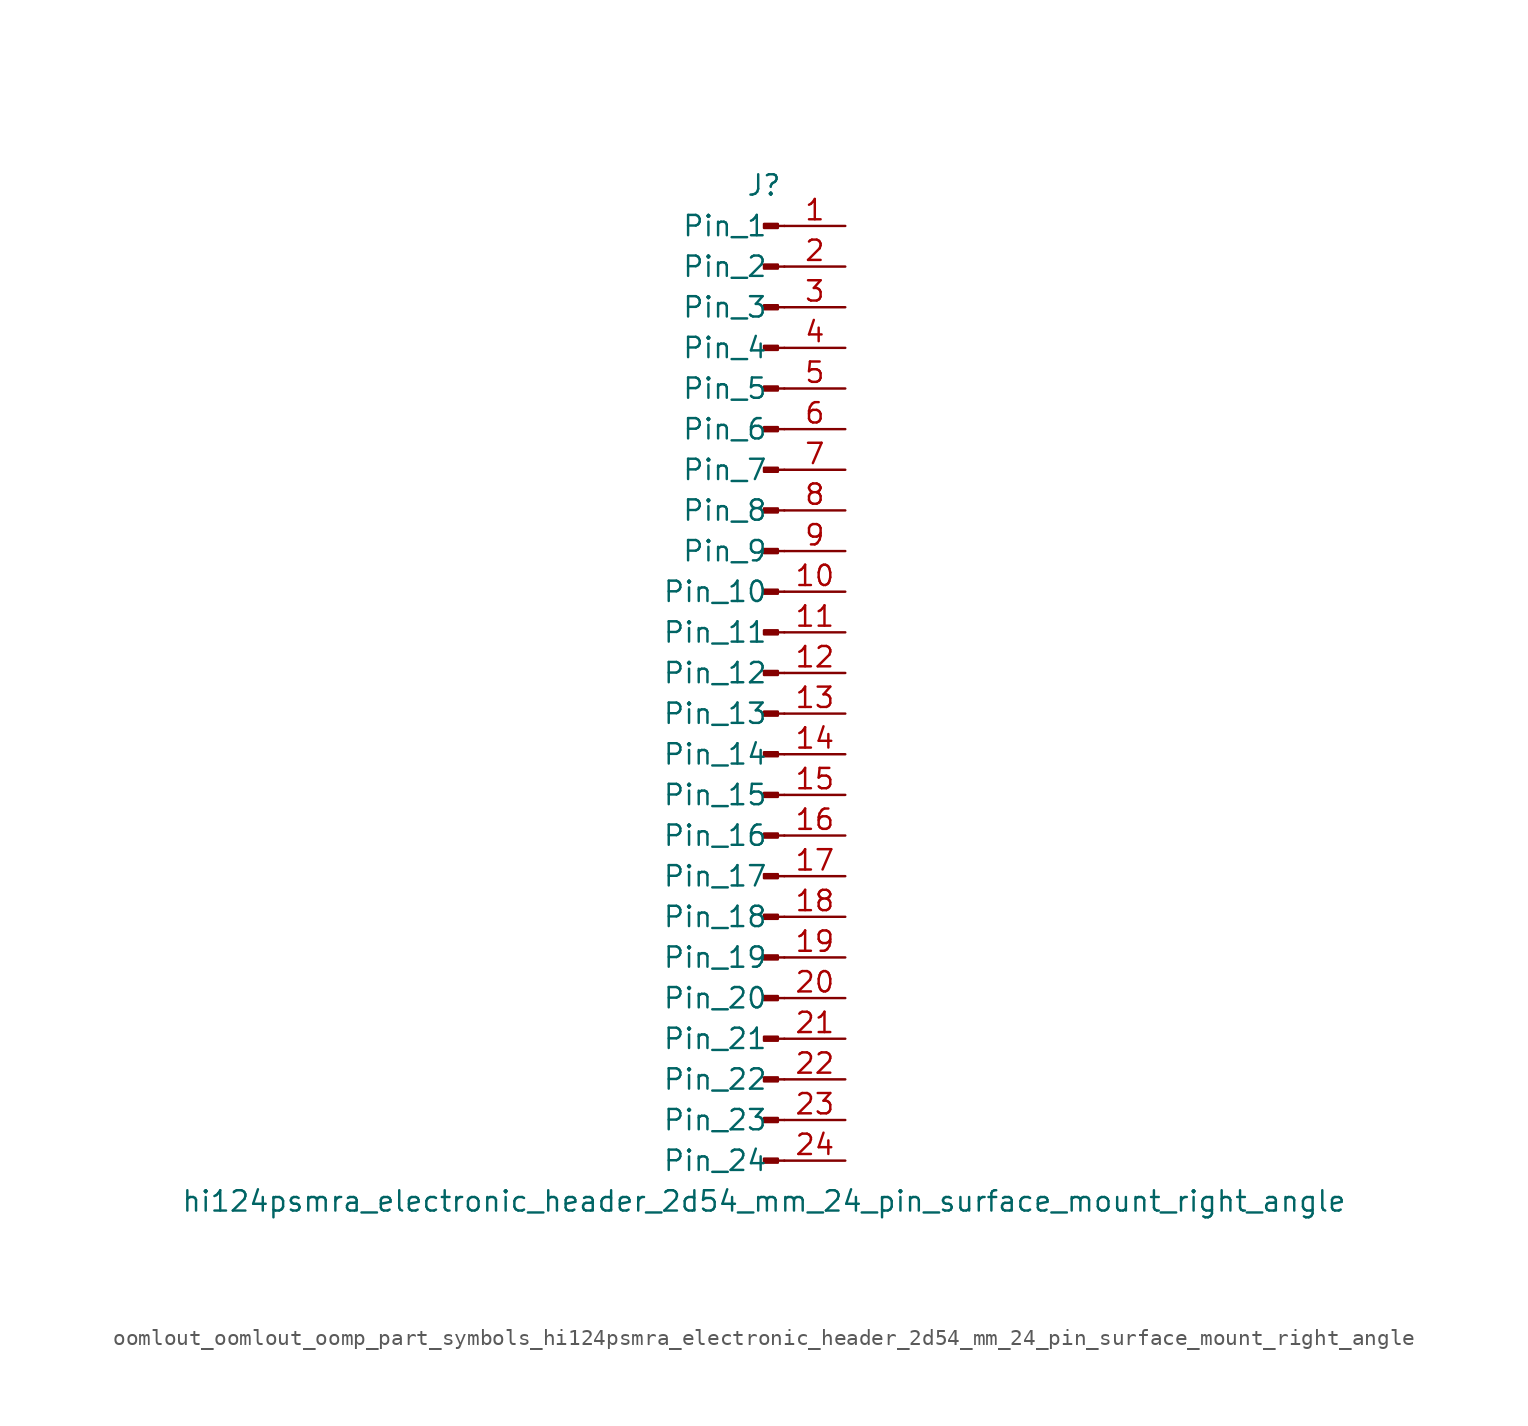
<source format=kicad_sym>
(kicad_symbol_lib
  (version 20220914)
  (generator kicad_symbol_editor)
  (symbol "oomlout_oomlout_oomp_part_symbols_hi124psmra_electronic_header_2d54_mm_24_pin_surface_mount_right_angle"
    (pin_names
      (offset 1.016))
    (property "Reference" "J"
      (at 0 30.48 0)
      (effects (font (size 1.27 1.27))))
    (property "Value" "hi124psmra_electronic_header_2d54_mm_24_pin_surface_mount_right_angle"
      (at 0 -33.02 0)
      (effects (font (size 1.27 1.27))))
    (property "ki_locked" ""
      (at 0 0 0)
      (effects (font (size 1.27 1.27))))
    (symbol "oomlout_oomlout_oomp_part_symbols_hi124psmra_electronic_header_2d54_mm_24_pin_surface_mount_right_angle_1_1"
      (polyline (pts (xy 1.27 -30.48) (xy 0.864 -30.48)) (stroke (width 0.152) (type default)) (fill (type none)))
      (polyline (pts (xy 1.27 -27.94) (xy 0.864 -27.94)) (stroke (width 0.152) (type default)) (fill (type none)))
      (polyline (pts (xy 1.27 -25.4) (xy 0.864 -25.4)) (stroke (width 0.152) (type default)) (fill (type none)))
      (polyline (pts (xy 1.27 -22.86) (xy 0.864 -22.86)) (stroke (width 0.152) (type default)) (fill (type none)))
      (polyline (pts (xy 1.27 -20.32) (xy 0.864 -20.32)) (stroke (width 0.152) (type default)) (fill (type none)))
      (polyline (pts (xy 1.27 -17.78) (xy 0.864 -17.78)) (stroke (width 0.152) (type default)) (fill (type none)))
      (polyline (pts (xy 1.27 -15.24) (xy 0.864 -15.24)) (stroke (width 0.152) (type default)) (fill (type none)))
      (polyline (pts (xy 1.27 -12.7) (xy 0.864 -12.7)) (stroke (width 0.152) (type default)) (fill (type none)))
      (polyline (pts (xy 1.27 -10.16) (xy 0.864 -10.16)) (stroke (width 0.152) (type default)) (fill (type none)))
      (polyline (pts (xy 1.27 -7.62) (xy 0.864 -7.62)) (stroke (width 0.152) (type default)) (fill (type none)))
      (polyline (pts (xy 1.27 -5.08) (xy 0.864 -5.08)) (stroke (width 0.152) (type default)) (fill (type none)))
      (polyline (pts (xy 1.27 -2.54) (xy 0.864 -2.54)) (stroke (width 0.152) (type default)) (fill (type none)))
      (polyline (pts (xy 1.27 0) (xy 0.864 0)) (stroke (width 0.152) (type default)) (fill (type none)))
      (polyline (pts (xy 1.27 2.54) (xy 0.864 2.54)) (stroke (width 0.152) (type default)) (fill (type none)))
      (polyline (pts (xy 1.27 5.08) (xy 0.864 5.08)) (stroke (width 0.152) (type default)) (fill (type none)))
      (polyline (pts (xy 1.27 7.62) (xy 0.864 7.62)) (stroke (width 0.152) (type default)) (fill (type none)))
      (polyline (pts (xy 1.27 10.16) (xy 0.864 10.16)) (stroke (width 0.152) (type default)) (fill (type none)))
      (polyline (pts (xy 1.27 12.7) (xy 0.864 12.7)) (stroke (width 0.152) (type default)) (fill (type none)))
      (polyline (pts (xy 1.27 15.24) (xy 0.864 15.24)) (stroke (width 0.152) (type default)) (fill (type none)))
      (polyline (pts (xy 1.27 17.78) (xy 0.864 17.78)) (stroke (width 0.152) (type default)) (fill (type none)))
      (polyline (pts (xy 1.27 20.32) (xy 0.864 20.32)) (stroke (width 0.152) (type default)) (fill (type none)))
      (polyline (pts (xy 1.27 22.86) (xy 0.864 22.86)) (stroke (width 0.152) (type default)) (fill (type none)))
      (polyline (pts (xy 1.27 25.4) (xy 0.864 25.4)) (stroke (width 0.152) (type default)) (fill (type none)))
      (polyline (pts (xy 1.27 27.94) (xy 0.864 27.94)) (stroke (width 0.152) (type default)) (fill (type none)))
      (rectangle (start 0.864 -30.353) (end 0 -30.607) (stroke (width 0.152) (type default)) (fill (type outline)))
      (rectangle (start 0.864 -27.813) (end 0 -28.067) (stroke (width 0.152) (type default)) (fill (type outline)))
      (rectangle (start 0.864 -25.273) (end 0 -25.527) (stroke (width 0.152) (type default)) (fill (type outline)))
      (rectangle (start 0.864 -22.733) (end 0 -22.987) (stroke (width 0.152) (type default)) (fill (type outline)))
      (rectangle (start 0.864 -20.193) (end 0 -20.447) (stroke (width 0.152) (type default)) (fill (type outline)))
      (rectangle (start 0.864 -17.653) (end 0 -17.907) (stroke (width 0.152) (type default)) (fill (type outline)))
      (rectangle (start 0.864 -15.113) (end 0 -15.367) (stroke (width 0.152) (type default)) (fill (type outline)))
      (rectangle (start 0.864 -12.573) (end 0 -12.827) (stroke (width 0.152) (type default)) (fill (type outline)))
      (rectangle (start 0.864 -10.033) (end 0 -10.287) (stroke (width 0.152) (type default)) (fill (type outline)))
      (rectangle (start 0.864 -7.493) (end 0 -7.747) (stroke (width 0.152) (type default)) (fill (type outline)))
      (rectangle (start 0.864 -4.953) (end 0 -5.207) (stroke (width 0.152) (type default)) (fill (type outline)))
      (rectangle (start 0.864 -2.413) (end 0 -2.667) (stroke (width 0.152) (type default)) (fill (type outline)))
      (rectangle (start 0.864 0.127) (end 0 -0.127) (stroke (width 0.152) (type default)) (fill (type outline)))
      (rectangle (start 0.864 2.667) (end 0 2.413) (stroke (width 0.152) (type default)) (fill (type outline)))
      (rectangle (start 0.864 5.207) (end 0 4.953) (stroke (width 0.152) (type default)) (fill (type outline)))
      (rectangle (start 0.864 7.747) (end 0 7.493) (stroke (width 0.152) (type default)) (fill (type outline)))
      (rectangle (start 0.864 10.287) (end 0 10.033) (stroke (width 0.152) (type default)) (fill (type outline)))
      (rectangle (start 0.864 12.827) (end 0 12.573) (stroke (width 0.152) (type default)) (fill (type outline)))
      (rectangle (start 0.864 15.367) (end 0 15.113) (stroke (width 0.152) (type default)) (fill (type outline)))
      (rectangle (start 0.864 17.907) (end 0 17.653) (stroke (width 0.152) (type default)) (fill (type outline)))
      (rectangle (start 0.864 20.447) (end 0 20.193) (stroke (width 0.152) (type default)) (fill (type outline)))
      (rectangle (start 0.864 22.987) (end 0 22.733) (stroke (width 0.152) (type default)) (fill (type outline)))
      (rectangle (start 0.864 25.527) (end 0 25.273) (stroke (width 0.152) (type default)) (fill (type outline)))
      (rectangle (start 0.864 28.067) (end 0 27.813) (stroke (width 0.152) (type default)) (fill (type outline)))
      (pin passive line (at 5.08 27.94 180) (length 3.81) (name "Pin_1" (effects (font (size 1.27 1.27)))) (number "1" (effects (font (size 1.27 1.27)))))
      (pin passive line (at 5.08 5.08 180) (length 3.81) (name "Pin_10" (effects (font (size 1.27 1.27)))) (number "10" (effects (font (size 1.27 1.27)))))
      (pin passive line (at 5.08 2.54 180) (length 3.81) (name "Pin_11" (effects (font (size 1.27 1.27)))) (number "11" (effects (font (size 1.27 1.27)))))
      (pin passive line (at 5.08 0 180) (length 3.81) (name "Pin_12" (effects (font (size 1.27 1.27)))) (number "12" (effects (font (size 1.27 1.27)))))
      (pin passive line (at 5.08 -2.54 180) (length 3.81) (name "Pin_13" (effects (font (size 1.27 1.27)))) (number "13" (effects (font (size 1.27 1.27)))))
      (pin passive line (at 5.08 -5.08 180) (length 3.81) (name "Pin_14" (effects (font (size 1.27 1.27)))) (number "14" (effects (font (size 1.27 1.27)))))
      (pin passive line (at 5.08 -7.62 180) (length 3.81) (name "Pin_15" (effects (font (size 1.27 1.27)))) (number "15" (effects (font (size 1.27 1.27)))))
      (pin passive line (at 5.08 -10.16 180) (length 3.81) (name "Pin_16" (effects (font (size 1.27 1.27)))) (number "16" (effects (font (size 1.27 1.27)))))
      (pin passive line (at 5.08 -12.7 180) (length 3.81) (name "Pin_17" (effects (font (size 1.27 1.27)))) (number "17" (effects (font (size 1.27 1.27)))))
      (pin passive line (at 5.08 -15.24 180) (length 3.81) (name "Pin_18" (effects (font (size 1.27 1.27)))) (number "18" (effects (font (size 1.27 1.27)))))
      (pin passive line (at 5.08 -17.78 180) (length 3.81) (name "Pin_19" (effects (font (size 1.27 1.27)))) (number "19" (effects (font (size 1.27 1.27)))))
      (pin passive line (at 5.08 25.4 180) (length 3.81) (name "Pin_2" (effects (font (size 1.27 1.27)))) (number "2" (effects (font (size 1.27 1.27)))))
      (pin passive line (at 5.08 -20.32 180) (length 3.81) (name "Pin_20" (effects (font (size 1.27 1.27)))) (number "20" (effects (font (size 1.27 1.27)))))
      (pin passive line (at 5.08 -22.86 180) (length 3.81) (name "Pin_21" (effects (font (size 1.27 1.27)))) (number "21" (effects (font (size 1.27 1.27)))))
      (pin passive line (at 5.08 -25.4 180) (length 3.81) (name "Pin_22" (effects (font (size 1.27 1.27)))) (number "22" (effects (font (size 1.27 1.27)))))
      (pin passive line (at 5.08 -27.94 180) (length 3.81) (name "Pin_23" (effects (font (size 1.27 1.27)))) (number "23" (effects (font (size 1.27 1.27)))))
      (pin passive line (at 5.08 -30.48 180) (length 3.81) (name "Pin_24" (effects (font (size 1.27 1.27)))) (number "24" (effects (font (size 1.27 1.27)))))
      (pin passive line (at 5.08 22.86 180) (length 3.81) (name "Pin_3" (effects (font (size 1.27 1.27)))) (number "3" (effects (font (size 1.27 1.27)))))
      (pin passive line (at 5.08 20.32 180) (length 3.81) (name "Pin_4" (effects (font (size 1.27 1.27)))) (number "4" (effects (font (size 1.27 1.27)))))
      (pin passive line (at 5.08 17.78 180) (length 3.81) (name "Pin_5" (effects (font (size 1.27 1.27)))) (number "5" (effects (font (size 1.27 1.27)))))
      (pin passive line (at 5.08 15.24 180) (length 3.81) (name "Pin_6" (effects (font (size 1.27 1.27)))) (number "6" (effects (font (size 1.27 1.27)))))
      (pin passive line (at 5.08 12.7 180) (length 3.81) (name "Pin_7" (effects (font (size 1.27 1.27)))) (number "7" (effects (font (size 1.27 1.27)))))
      (pin passive line (at 5.08 10.16 180) (length 3.81) (name "Pin_8" (effects (font (size 1.27 1.27)))) (number "8" (effects (font (size 1.27 1.27)))))
      (pin passive line (at 5.08 7.62 180) (length 3.81) (name "Pin_9" (effects (font (size 1.27 1.27)))) (number "9" (effects (font (size 1.27 1.27))))))))
</source>
